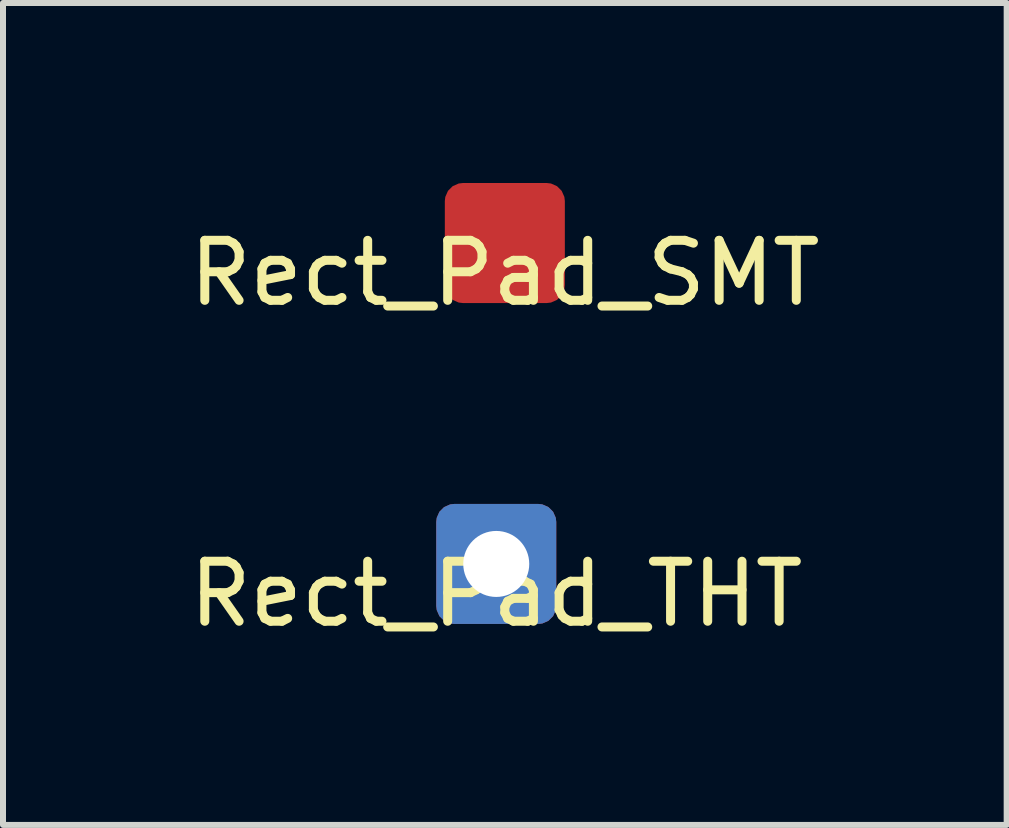
<source format=kicad_pcb>
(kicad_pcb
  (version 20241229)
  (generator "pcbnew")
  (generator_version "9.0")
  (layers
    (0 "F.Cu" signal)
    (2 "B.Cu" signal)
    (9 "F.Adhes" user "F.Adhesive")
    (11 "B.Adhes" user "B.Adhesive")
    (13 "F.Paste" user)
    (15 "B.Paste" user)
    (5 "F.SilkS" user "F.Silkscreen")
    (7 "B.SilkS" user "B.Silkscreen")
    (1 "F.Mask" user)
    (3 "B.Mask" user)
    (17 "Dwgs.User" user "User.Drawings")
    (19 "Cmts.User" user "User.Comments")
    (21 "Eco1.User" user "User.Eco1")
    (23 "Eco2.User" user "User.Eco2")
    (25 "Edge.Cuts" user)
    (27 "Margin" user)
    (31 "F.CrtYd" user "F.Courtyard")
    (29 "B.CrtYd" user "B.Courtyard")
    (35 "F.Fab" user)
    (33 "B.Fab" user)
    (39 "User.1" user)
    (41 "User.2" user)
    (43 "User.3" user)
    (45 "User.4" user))
  (footprint "Rect_Pad_THT"
    (layer "F.Cu")
    (at 5.22 6.348)
    (property "Reference" "Rect_Pad_THT" (at 0 0.5 180) (layer "F.SilkS") (effects (font (size 1 1) (thickness 0.15))))
    (attr through_hole)
    (pad "1" thru_hole roundrect (at 0 0) (size 2 2) (drill 1.1) (layers "*.Cu" "*.Mask") (roundrect_rratio 0.15)))
  (footprint "Rect_Pad_SMT"
    (layer "F.Cu")
    (at 5.363 1)
    (property "Reference" "Rect_Pad_SMT" (at 0 0.5 180) (layer "F.SilkS") (effects (font (size 1 1) (thickness 0.15))))
    (attr through_hole)
    (pad "1" smd roundrect (at 0 0) (size 2 2) (layers "F.Cu" "F.Mask") (roundrect_rratio 0.15)))
  (gr_rect
    (start -3 -3)
    (end 13.726 10.697)
    (stroke (width 0.1) (type default))
    (fill no)
    (layer "Edge.Cuts")))
</source>
